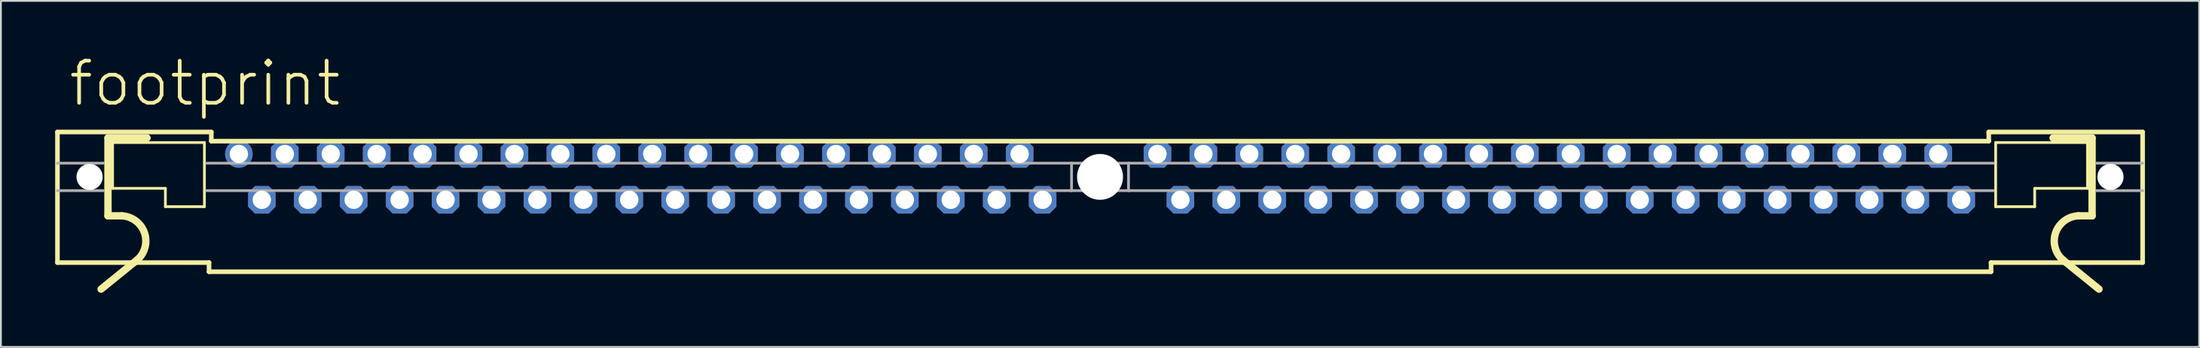
<source format=kicad_pcb>
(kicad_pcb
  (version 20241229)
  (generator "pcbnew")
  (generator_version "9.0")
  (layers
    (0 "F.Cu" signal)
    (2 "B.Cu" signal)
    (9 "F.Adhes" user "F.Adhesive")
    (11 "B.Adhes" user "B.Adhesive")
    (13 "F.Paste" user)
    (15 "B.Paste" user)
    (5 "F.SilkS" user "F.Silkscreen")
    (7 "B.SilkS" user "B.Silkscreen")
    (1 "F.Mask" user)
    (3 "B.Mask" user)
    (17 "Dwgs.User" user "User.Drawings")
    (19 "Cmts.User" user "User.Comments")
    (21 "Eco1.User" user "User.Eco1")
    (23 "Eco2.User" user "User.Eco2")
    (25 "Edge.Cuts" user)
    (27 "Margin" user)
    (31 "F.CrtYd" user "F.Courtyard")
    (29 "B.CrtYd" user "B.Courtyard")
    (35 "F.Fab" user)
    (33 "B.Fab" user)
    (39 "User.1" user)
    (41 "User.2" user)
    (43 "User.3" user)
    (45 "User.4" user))
  (footprint "footprint"
    (layer "F.Cu")
    (at 57.785 6.756)
    (property "Reference" "footprint" (at -57.15 -3.81 0) (layer "F.SilkS") (effects (font (size 2.337 2.337) (thickness 0.203)) (justify left bottom)))
    (fp_line (start -57.658 -2.489) (end -49.149 -2.489) (stroke (width 0.254) (type solid)) (layer "F.SilkS"))
    (fp_line (start -57.658 4.75) (end -57.658 -2.489) (stroke (width 0.254) (type solid)) (layer "F.SilkS"))
    (fp_line (start -54.864 -2.159) (end -54.864 2.159) (stroke (width 0.406) (type solid)) (layer "F.SilkS"))
    (fp_line (start -54.864 2.159) (end -54.102 2.159) (stroke (width 0.406) (type solid)) (layer "F.SilkS"))
    (fp_line (start -54.61 -1.905) (end -54.61 0.635) (stroke (width 0.152) (type solid)) (layer "F.SilkS"))
    (fp_line (start -53.213 4.572) (end -55.245 6.223) (stroke (width 0.406) (type solid)) (layer "F.SilkS"))
    (fp_line (start -52.705 -2.159) (end -54.864 -2.159) (stroke (width 0.406) (type solid)) (layer "F.SilkS"))
    (fp_line (start -51.689 0.635) (end -54.61 0.635) (stroke (width 0.152) (type solid)) (layer "F.SilkS"))
    (fp_line (start -51.689 1.651) (end -51.689 0.635) (stroke (width 0.152) (type solid)) (layer "F.SilkS"))
    (fp_line (start -51.689 1.651) (end -49.53 1.651) (stroke (width 0.152) (type solid)) (layer "F.SilkS"))
    (fp_line (start -49.53 -1.905) (end -54.61 -1.905) (stroke (width 0.152) (type solid)) (layer "F.SilkS"))
    (fp_line (start -49.53 1.651) (end -49.53 -1.905) (stroke (width 0.152) (type solid)) (layer "F.SilkS"))
    (fp_line (start -49.276 4.75) (end -57.658 4.75) (stroke (width 0.254) (type solid)) (layer "F.SilkS"))
    (fp_line (start -49.276 5.258) (end -49.276 4.75) (stroke (width 0.254) (type solid)) (layer "F.SilkS"))
    (fp_line (start -49.149 -1.981) (end -49.149 -2.489) (stroke (width 0.254) (type solid)) (layer "F.SilkS"))
    (fp_line (start -49.149 -1.981) (end 49.149 -1.981) (stroke (width 0.254) (type solid)) (layer "F.SilkS"))
    (fp_line (start 49.149 -2.489) (end 57.658 -2.489) (stroke (width 0.254) (type solid)) (layer "F.SilkS"))
    (fp_line (start 49.149 -1.981) (end 49.149 -2.489) (stroke (width 0.254) (type solid)) (layer "F.SilkS"))
    (fp_line (start 49.276 4.75) (end 49.276 5.258) (stroke (width 0.254) (type solid)) (layer "F.SilkS"))
    (fp_line (start 49.276 5.258) (end -49.276 5.258) (stroke (width 0.254) (type solid)) (layer "F.SilkS"))
    (fp_line (start 49.53 -1.905) (end 54.61 -1.905) (stroke (width 0.152) (type solid)) (layer "F.SilkS"))
    (fp_line (start 49.53 1.651) (end 49.53 -1.905) (stroke (width 0.152) (type solid)) (layer "F.SilkS"))
    (fp_line (start 51.689 0.635) (end 54.61 0.635) (stroke (width 0.152) (type solid)) (layer "F.SilkS"))
    (fp_line (start 51.689 1.651) (end 49.53 1.651) (stroke (width 0.152) (type solid)) (layer "F.SilkS"))
    (fp_line (start 51.689 1.651) (end 51.689 0.635) (stroke (width 0.152) (type solid)) (layer "F.SilkS"))
    (fp_line (start 52.705 -2.159) (end 54.864 -2.159) (stroke (width 0.406) (type solid)) (layer "F.SilkS"))
    (fp_line (start 53.213 4.572) (end 55.245 6.223) (stroke (width 0.406) (type solid)) (layer "F.SilkS"))
    (fp_line (start 54.61 -1.905) (end 54.61 0.635) (stroke (width 0.152) (type solid)) (layer "F.SilkS"))
    (fp_line (start 54.864 -2.159) (end 54.864 2.159) (stroke (width 0.406) (type solid)) (layer "F.SilkS"))
    (fp_line (start 54.864 2.159) (end 54.102 2.159) (stroke (width 0.406) (type solid)) (layer "F.SilkS"))
    (fp_line (start 57.658 -2.489) (end 57.658 4.75) (stroke (width 0.254) (type solid)) (layer "F.SilkS"))
    (fp_line (start 57.658 4.75) (end 49.276 4.75) (stroke (width 0.254) (type solid)) (layer "F.SilkS"))
    (fp_arc (start -54.102 2.159) (mid -52.85648 3.07034) (end -53.2131 4.5719) (stroke (width 0.4064) (type solid)) (layer "F.SilkS"))
    (fp_arc (start 53.213 4.572) (mid 52.856368 3.070308) (end 54.102 2.1589) (stroke (width 0.4064) (type solid)) (layer "F.SilkS"))
    (fp_line (start -57.658 -0.762) (end -55.118 -0.762) (stroke (width 0.152) (type solid)) (layer "F.Fab"))
    (fp_line (start -57.658 0.762) (end -55.118 0.762) (stroke (width 0.152) (type solid)) (layer "F.Fab"))
    (fp_line (start -49.403 -0.762) (end -1.575 -0.762) (stroke (width 0.152) (type solid)) (layer "F.Fab"))
    (fp_line (start -49.403 0.762) (end -1.575 0.762) (stroke (width 0.152) (type solid)) (layer "F.Fab"))
    (fp_line (start -1.575 -0.762) (end 1.575 -0.762) (stroke (width 0.152) (type solid)) (layer "F.Fab"))
    (fp_line (start -1.575 0.762) (end -1.575 -0.762) (stroke (width 0.152) (type solid)) (layer "F.Fab"))
    (fp_line (start -1.575 0.762) (end 1.575 0.762) (stroke (width 0.152) (type solid)) (layer "F.Fab"))
    (fp_line (start 1.575 0.762) (end 1.575 -0.762) (stroke (width 0.152) (type solid)) (layer "F.Fab"))
    (fp_line (start 49.403 -0.762) (end 1.575 -0.762) (stroke (width 0.152) (type solid)) (layer "F.Fab"))
    (fp_line (start 49.403 0.762) (end 1.575 0.762) (stroke (width 0.152) (type solid)) (layer "F.Fab"))
    (fp_line (start 57.658 -0.762) (end 55.118 -0.762) (stroke (width 0.152) (type solid)) (layer "F.Fab"))
    (fp_line (start 57.658 0.762) (end 55.118 0.762) (stroke (width 0.152) (type solid)) (layer "F.Fab"))
    (pad "" np_thru_hole circle (at -55.88 0) (size 1.448 1.448) (drill 1.448) (layers "*.Cu" "*.Mask"))
    (pad "" np_thru_hole circle (at 0 0) (size 2.54 2.54) (drill 2.54) (layers "*.Cu" "*.Mask"))
    (pad "" np_thru_hole circle (at 55.88 0) (size 1.448 1.448) (drill 1.448) (layers "*.Cu" "*.Mask"))
    (pad "1" thru_hole circle (at -47.625 -1.27) (size 1.524 1.524) (drill 1.016) (layers "*.Cu" "*.Mask"))
    (pad "2" thru_hole roundrect (at -46.355 1.27) (size 1.524 1.524) (drill 1.016) (layers "*.Cu" "*.Mask") (roundrect_rratio 0.25) (chamfer_ratio 0.25) (chamfer top_left top_right bottom_left bottom_right))
    (pad "3" thru_hole roundrect (at -45.085 -1.27) (size 1.524 1.524) (drill 1.016) (layers "*.Cu" "*.Mask") (roundrect_rratio 0.25) (chamfer_ratio 0.25) (chamfer top_left top_right bottom_left bottom_right))
    (pad "4" thru_hole roundrect (at -43.815 1.27) (size 1.524 1.524) (drill 1.016) (layers "*.Cu" "*.Mask") (roundrect_rratio 0.25) (chamfer_ratio 0.25) (chamfer top_left top_right bottom_left bottom_right))
    (pad "5" thru_hole roundrect (at -42.545 -1.27) (size 1.524 1.524) (drill 1.016) (layers "*.Cu" "*.Mask") (roundrect_rratio 0.25) (chamfer_ratio 0.25) (chamfer top_left top_right bottom_left bottom_right))
    (pad "6" thru_hole roundrect (at -41.275 1.27) (size 1.524 1.524) (drill 1.016) (layers "*.Cu" "*.Mask") (roundrect_rratio 0.25) (chamfer_ratio 0.25) (chamfer top_left top_right bottom_left bottom_right))
    (pad "7" thru_hole roundrect (at -40.005 -1.27) (size 1.524 1.524) (drill 1.016) (layers "*.Cu" "*.Mask") (roundrect_rratio 0.25) (chamfer_ratio 0.25) (chamfer top_left top_right bottom_left bottom_right))
    (pad "8" thru_hole roundrect (at -38.735 1.27) (size 1.524 1.524) (drill 1.016) (layers "*.Cu" "*.Mask") (roundrect_rratio 0.25) (chamfer_ratio 0.25) (chamfer top_left top_right bottom_left bottom_right))
    (pad "9" thru_hole roundrect (at -37.465 -1.27) (size 1.524 1.524) (drill 1.016) (layers "*.Cu" "*.Mask") (roundrect_rratio 0.25) (chamfer_ratio 0.25) (chamfer top_left top_right bottom_left bottom_right))
    (pad "10" thru_hole roundrect (at -36.195 1.27) (size 1.524 1.524) (drill 1.016) (layers "*.Cu" "*.Mask") (roundrect_rratio 0.25) (chamfer_ratio 0.25) (chamfer top_left top_right bottom_left bottom_right))
    (pad "11" thru_hole roundrect (at -34.925 -1.27) (size 1.524 1.524) (drill 1.016) (layers "*.Cu" "*.Mask") (roundrect_rratio 0.25) (chamfer_ratio 0.25) (chamfer top_left top_right bottom_left bottom_right))
    (pad "12" thru_hole roundrect (at -33.655 1.27) (size 1.524 1.524) (drill 1.016) (layers "*.Cu" "*.Mask") (roundrect_rratio 0.25) (chamfer_ratio 0.25) (chamfer top_left top_right bottom_left bottom_right))
    (pad "13" thru_hole roundrect (at -32.385 -1.27) (size 1.524 1.524) (drill 1.016) (layers "*.Cu" "*.Mask") (roundrect_rratio 0.25) (chamfer_ratio 0.25) (chamfer top_left top_right bottom_left bottom_right))
    (pad "14" thru_hole roundrect (at -31.115 1.27) (size 1.524 1.524) (drill 1.016) (layers "*.Cu" "*.Mask") (roundrect_rratio 0.25) (chamfer_ratio 0.25) (chamfer top_left top_right bottom_left bottom_right))
    (pad "15" thru_hole roundrect (at -29.845 -1.27) (size 1.524 1.524) (drill 1.016) (layers "*.Cu" "*.Mask") (roundrect_rratio 0.25) (chamfer_ratio 0.25) (chamfer top_left top_right bottom_left bottom_right))
    (pad "16" thru_hole roundrect (at -28.575 1.27) (size 1.524 1.524) (drill 1.016) (layers "*.Cu" "*.Mask") (roundrect_rratio 0.25) (chamfer_ratio 0.25) (chamfer top_left top_right bottom_left bottom_right))
    (pad "17" thru_hole roundrect (at -27.305 -1.27) (size 1.524 1.524) (drill 1.016) (layers "*.Cu" "*.Mask") (roundrect_rratio 0.25) (chamfer_ratio 0.25) (chamfer top_left top_right bottom_left bottom_right))
    (pad "18" thru_hole roundrect (at -26.035 1.27) (size 1.524 1.524) (drill 1.016) (layers "*.Cu" "*.Mask") (roundrect_rratio 0.25) (chamfer_ratio 0.25) (chamfer top_left top_right bottom_left bottom_right))
    (pad "19" thru_hole roundrect (at -24.765 -1.27) (size 1.524 1.524) (drill 1.016) (layers "*.Cu" "*.Mask") (roundrect_rratio 0.25) (chamfer_ratio 0.25) (chamfer top_left top_right bottom_left bottom_right))
    (pad "20" thru_hole roundrect (at -23.495 1.27) (size 1.524 1.524) (drill 1.016) (layers "*.Cu" "*.Mask") (roundrect_rratio 0.25) (chamfer_ratio 0.25) (chamfer top_left top_right bottom_left bottom_right))
    (pad "21" thru_hole roundrect (at -22.225 -1.27) (size 1.524 1.524) (drill 1.016) (layers "*.Cu" "*.Mask") (roundrect_rratio 0.25) (chamfer_ratio 0.25) (chamfer top_left top_right bottom_left bottom_right))
    (pad "22" thru_hole roundrect (at -20.955 1.27) (size 1.524 1.524) (drill 1.016) (layers "*.Cu" "*.Mask") (roundrect_rratio 0.25) (chamfer_ratio 0.25) (chamfer top_left top_right bottom_left bottom_right))
    (pad "23" thru_hole roundrect (at -19.685 -1.27) (size 1.524 1.524) (drill 1.016) (layers "*.Cu" "*.Mask") (roundrect_rratio 0.25) (chamfer_ratio 0.25) (chamfer top_left top_right bottom_left bottom_right))
    (pad "24" thru_hole roundrect (at -18.415 1.27) (size 1.524 1.524) (drill 1.016) (layers "*.Cu" "*.Mask") (roundrect_rratio 0.25) (chamfer_ratio 0.25) (chamfer top_left top_right bottom_left bottom_right))
    (pad "25" thru_hole roundrect (at -17.145 -1.27) (size 1.524 1.524) (drill 1.016) (layers "*.Cu" "*.Mask") (roundrect_rratio 0.25) (chamfer_ratio 0.25) (chamfer top_left top_right bottom_left bottom_right))
    (pad "26" thru_hole roundrect (at -15.875 1.27) (size 1.524 1.524) (drill 1.016) (layers "*.Cu" "*.Mask") (roundrect_rratio 0.25) (chamfer_ratio 0.25) (chamfer top_left top_right bottom_left bottom_right))
    (pad "27" thru_hole roundrect (at -14.605 -1.27) (size 1.524 1.524) (drill 1.016) (layers "*.Cu" "*.Mask") (roundrect_rratio 0.25) (chamfer_ratio 0.25) (chamfer top_left top_right bottom_left bottom_right))
    (pad "28" thru_hole roundrect (at -13.335 1.27) (size 1.524 1.524) (drill 1.016) (layers "*.Cu" "*.Mask") (roundrect_rratio 0.25) (chamfer_ratio 0.25) (chamfer top_left top_right bottom_left bottom_right))
    (pad "29" thru_hole roundrect (at -12.065 -1.27) (size 1.524 1.524) (drill 1.016) (layers "*.Cu" "*.Mask") (roundrect_rratio 0.25) (chamfer_ratio 0.25) (chamfer top_left top_right bottom_left bottom_right))
    (pad "30" thru_hole roundrect (at -10.795 1.27) (size 1.524 1.524) (drill 1.016) (layers "*.Cu" "*.Mask") (roundrect_rratio 0.25) (chamfer_ratio 0.25) (chamfer top_left top_right bottom_left bottom_right))
    (pad "31" thru_hole roundrect (at -9.525 -1.27) (size 1.524 1.524) (drill 1.016) (layers "*.Cu" "*.Mask") (roundrect_rratio 0.25) (chamfer_ratio 0.25) (chamfer top_left top_right bottom_left bottom_right))
    (pad "32" thru_hole roundrect (at -8.255 1.27) (size 1.524 1.524) (drill 1.016) (layers "*.Cu" "*.Mask") (roundrect_rratio 0.25) (chamfer_ratio 0.25) (chamfer top_left top_right bottom_left bottom_right))
    (pad "33" thru_hole roundrect (at -6.985 -1.27) (size 1.524 1.524) (drill 1.016) (layers "*.Cu" "*.Mask") (roundrect_rratio 0.25) (chamfer_ratio 0.25) (chamfer top_left top_right bottom_left bottom_right))
    (pad "34" thru_hole roundrect (at -5.715 1.27) (size 1.524 1.524) (drill 1.016) (layers "*.Cu" "*.Mask") (roundrect_rratio 0.25) (chamfer_ratio 0.25) (chamfer top_left top_right bottom_left bottom_right))
    (pad "35" thru_hole roundrect (at -4.445 -1.27) (size 1.524 1.524) (drill 1.016) (layers "*.Cu" "*.Mask") (roundrect_rratio 0.25) (chamfer_ratio 0.25) (chamfer top_left top_right bottom_left bottom_right))
    (pad "36" thru_hole roundrect (at -3.175 1.27) (size 1.524 1.524) (drill 1.016) (layers "*.Cu" "*.Mask") (roundrect_rratio 0.25) (chamfer_ratio 0.25) (chamfer top_left top_right bottom_left bottom_right))
    (pad "37" thru_hole roundrect (at 3.175 -1.27) (size 1.524 1.524) (drill 1.016) (layers "*.Cu" "*.Mask") (roundrect_rratio 0.25) (chamfer_ratio 0.25) (chamfer top_left top_right bottom_left bottom_right))
    (pad "38" thru_hole roundrect (at 4.445 1.27) (size 1.524 1.524) (drill 1.016) (layers "*.Cu" "*.Mask") (roundrect_rratio 0.25) (chamfer_ratio 0.25) (chamfer top_left top_right bottom_left bottom_right))
    (pad "39" thru_hole roundrect (at 5.715 -1.27) (size 1.524 1.524) (drill 1.016) (layers "*.Cu" "*.Mask") (roundrect_rratio 0.25) (chamfer_ratio 0.25) (chamfer top_left top_right bottom_left bottom_right))
    (pad "40" thru_hole roundrect (at 6.985 1.27) (size 1.524 1.524) (drill 1.016) (layers "*.Cu" "*.Mask") (roundrect_rratio 0.25) (chamfer_ratio 0.25) (chamfer top_left top_right bottom_left bottom_right))
    (pad "41" thru_hole roundrect (at 8.255 -1.27) (size 1.524 1.524) (drill 1.016) (layers "*.Cu" "*.Mask") (roundrect_rratio 0.25) (chamfer_ratio 0.25) (chamfer top_left top_right bottom_left bottom_right))
    (pad "42" thru_hole roundrect (at 9.525 1.27) (size 1.524 1.524) (drill 1.016) (layers "*.Cu" "*.Mask") (roundrect_rratio 0.25) (chamfer_ratio 0.25) (chamfer top_left top_right bottom_left bottom_right))
    (pad "43" thru_hole roundrect (at 10.795 -1.27) (size 1.524 1.524) (drill 1.016) (layers "*.Cu" "*.Mask") (roundrect_rratio 0.25) (chamfer_ratio 0.25) (chamfer top_left top_right bottom_left bottom_right))
    (pad "44" thru_hole roundrect (at 12.065 1.27) (size 1.524 1.524) (drill 1.016) (layers "*.Cu" "*.Mask") (roundrect_rratio 0.25) (chamfer_ratio 0.25) (chamfer top_left top_right bottom_left bottom_right))
    (pad "45" thru_hole roundrect (at 13.335 -1.27) (size 1.524 1.524) (drill 1.016) (layers "*.Cu" "*.Mask") (roundrect_rratio 0.25) (chamfer_ratio 0.25) (chamfer top_left top_right bottom_left bottom_right))
    (pad "46" thru_hole roundrect (at 14.605 1.27) (size 1.524 1.524) (drill 1.016) (layers "*.Cu" "*.Mask") (roundrect_rratio 0.25) (chamfer_ratio 0.25) (chamfer top_left top_right bottom_left bottom_right))
    (pad "47" thru_hole roundrect (at 15.875 -1.27) (size 1.524 1.524) (drill 1.016) (layers "*.Cu" "*.Mask") (roundrect_rratio 0.25) (chamfer_ratio 0.25) (chamfer top_left top_right bottom_left bottom_right))
    (pad "48" thru_hole roundrect (at 17.145 1.27) (size 1.524 1.524) (drill 1.016) (layers "*.Cu" "*.Mask") (roundrect_rratio 0.25) (chamfer_ratio 0.25) (chamfer top_left top_right bottom_left bottom_right))
    (pad "49" thru_hole roundrect (at 18.415 -1.27) (size 1.524 1.524) (drill 1.016) (layers "*.Cu" "*.Mask") (roundrect_rratio 0.25) (chamfer_ratio 0.25) (chamfer top_left top_right bottom_left bottom_right))
    (pad "50" thru_hole roundrect (at 19.685 1.27) (size 1.524 1.524) (drill 1.016) (layers "*.Cu" "*.Mask") (roundrect_rratio 0.25) (chamfer_ratio 0.25) (chamfer top_left top_right bottom_left bottom_right))
    (pad "51" thru_hole roundrect (at 20.955 -1.27) (size 1.524 1.524) (drill 1.016) (layers "*.Cu" "*.Mask") (roundrect_rratio 0.25) (chamfer_ratio 0.25) (chamfer top_left top_right bottom_left bottom_right))
    (pad "52" thru_hole roundrect (at 22.225 1.27) (size 1.524 1.524) (drill 1.016) (layers "*.Cu" "*.Mask") (roundrect_rratio 0.25) (chamfer_ratio 0.25) (chamfer top_left top_right bottom_left bottom_right))
    (pad "53" thru_hole roundrect (at 23.495 -1.27) (size 1.524 1.524) (drill 1.016) (layers "*.Cu" "*.Mask") (roundrect_rratio 0.25) (chamfer_ratio 0.25) (chamfer top_left top_right bottom_left bottom_right))
    (pad "54" thru_hole roundrect (at 24.765 1.27) (size 1.524 1.524) (drill 1.016) (layers "*.Cu" "*.Mask") (roundrect_rratio 0.25) (chamfer_ratio 0.25) (chamfer top_left top_right bottom_left bottom_right))
    (pad "55" thru_hole roundrect (at 26.035 -1.27) (size 1.524 1.524) (drill 1.016) (layers "*.Cu" "*.Mask") (roundrect_rratio 0.25) (chamfer_ratio 0.25) (chamfer top_left top_right bottom_left bottom_right))
    (pad "56" thru_hole roundrect (at 27.305 1.27) (size 1.524 1.524) (drill 1.016) (layers "*.Cu" "*.Mask") (roundrect_rratio 0.25) (chamfer_ratio 0.25) (chamfer top_left top_right bottom_left bottom_right))
    (pad "57" thru_hole roundrect (at 28.575 -1.27) (size 1.524 1.524) (drill 1.016) (layers "*.Cu" "*.Mask") (roundrect_rratio 0.25) (chamfer_ratio 0.25) (chamfer top_left top_right bottom_left bottom_right))
    (pad "58" thru_hole roundrect (at 29.845 1.27) (size 1.524 1.524) (drill 1.016) (layers "*.Cu" "*.Mask") (roundrect_rratio 0.25) (chamfer_ratio 0.25) (chamfer top_left top_right bottom_left bottom_right))
    (pad "59" thru_hole roundrect (at 31.115 -1.27) (size 1.524 1.524) (drill 1.016) (layers "*.Cu" "*.Mask") (roundrect_rratio 0.25) (chamfer_ratio 0.25) (chamfer top_left top_right bottom_left bottom_right))
    (pad "60" thru_hole roundrect (at 32.385 1.27) (size 1.524 1.524) (drill 1.016) (layers "*.Cu" "*.Mask") (roundrect_rratio 0.25) (chamfer_ratio 0.25) (chamfer top_left top_right bottom_left bottom_right))
    (pad "61" thru_hole roundrect (at 33.655 -1.27) (size 1.524 1.524) (drill 1.016) (layers "*.Cu" "*.Mask") (roundrect_rratio 0.25) (chamfer_ratio 0.25) (chamfer top_left top_right bottom_left bottom_right))
    (pad "62" thru_hole roundrect (at 34.925 1.27) (size 1.524 1.524) (drill 1.016) (layers "*.Cu" "*.Mask") (roundrect_rratio 0.25) (chamfer_ratio 0.25) (chamfer top_left top_right bottom_left bottom_right))
    (pad "63" thru_hole roundrect (at 36.195 -1.27) (size 1.524 1.524) (drill 1.016) (layers "*.Cu" "*.Mask") (roundrect_rratio 0.25) (chamfer_ratio 0.25) (chamfer top_left top_right bottom_left bottom_right))
    (pad "64" thru_hole roundrect (at 37.465 1.27) (size 1.524 1.524) (drill 1.016) (layers "*.Cu" "*.Mask") (roundrect_rratio 0.25) (chamfer_ratio 0.25) (chamfer top_left top_right bottom_left bottom_right))
    (pad "65" thru_hole roundrect (at 38.735 -1.27) (size 1.524 1.524) (drill 1.016) (layers "*.Cu" "*.Mask") (roundrect_rratio 0.25) (chamfer_ratio 0.25) (chamfer top_left top_right bottom_left bottom_right))
    (pad "66" thru_hole roundrect (at 40.005 1.27) (size 1.524 1.524) (drill 1.016) (layers "*.Cu" "*.Mask") (roundrect_rratio 0.25) (chamfer_ratio 0.25) (chamfer top_left top_right bottom_left bottom_right))
    (pad "67" thru_hole roundrect (at 41.275 -1.27) (size 1.524 1.524) (drill 1.016) (layers "*.Cu" "*.Mask") (roundrect_rratio 0.25) (chamfer_ratio 0.25) (chamfer top_left top_right bottom_left bottom_right))
    (pad "68" thru_hole roundrect (at 42.545 1.27) (size 1.524 1.524) (drill 1.016) (layers "*.Cu" "*.Mask") (roundrect_rratio 0.25) (chamfer_ratio 0.25) (chamfer top_left top_right bottom_left bottom_right))
    (pad "69" thru_hole roundrect (at 43.815 -1.27) (size 1.524 1.524) (drill 1.016) (layers "*.Cu" "*.Mask") (roundrect_rratio 0.25) (chamfer_ratio 0.25) (chamfer top_left top_right bottom_left bottom_right))
    (pad "70" thru_hole roundrect (at 45.085 1.27) (size 1.524 1.524) (drill 1.016) (layers "*.Cu" "*.Mask") (roundrect_rratio 0.25) (chamfer_ratio 0.25) (chamfer top_left top_right bottom_left bottom_right))
    (pad "71" thru_hole roundrect (at 46.355 -1.27) (size 1.524 1.524) (drill 1.016) (layers "*.Cu" "*.Mask") (roundrect_rratio 0.25) (chamfer_ratio 0.25) (chamfer top_left top_right bottom_left bottom_right))
    (pad "72" thru_hole roundrect (at 47.625 1.27) (size 1.524 1.524) (drill 1.016) (layers "*.Cu" "*.Mask") (roundrect_rratio 0.25) (chamfer_ratio 0.25) (chamfer top_left top_right bottom_left bottom_right)))
  (gr_rect
    (start -3 -3)
    (end 118.57 16.183)
    (stroke (width 0.1) (type default))
    (fill no)
    (layer "Edge.Cuts")))
</source>
